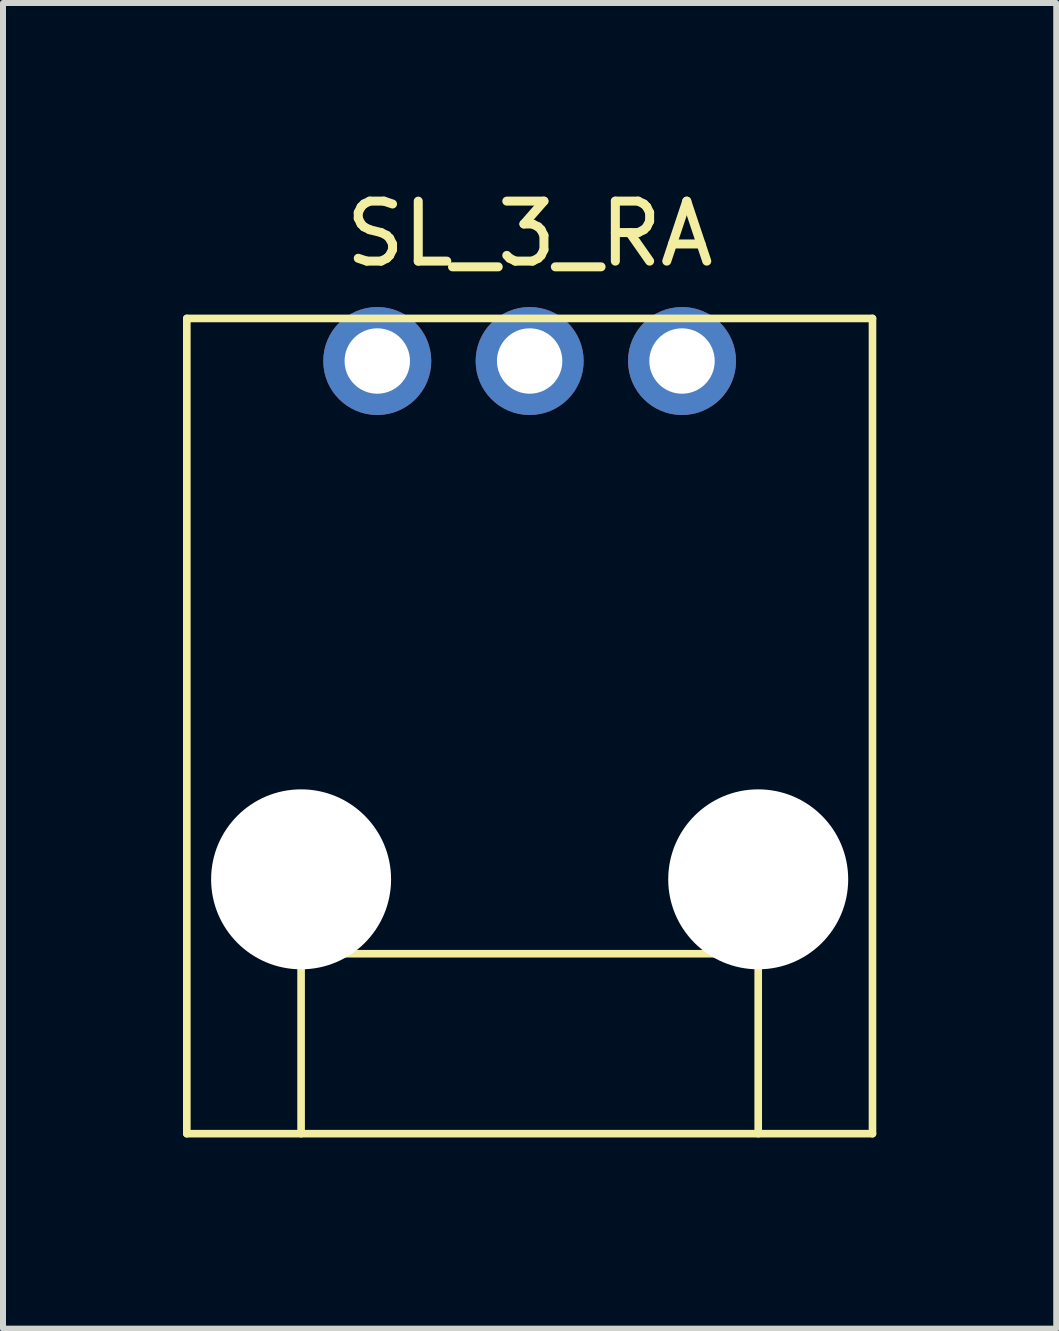
<source format=kicad_pcb>
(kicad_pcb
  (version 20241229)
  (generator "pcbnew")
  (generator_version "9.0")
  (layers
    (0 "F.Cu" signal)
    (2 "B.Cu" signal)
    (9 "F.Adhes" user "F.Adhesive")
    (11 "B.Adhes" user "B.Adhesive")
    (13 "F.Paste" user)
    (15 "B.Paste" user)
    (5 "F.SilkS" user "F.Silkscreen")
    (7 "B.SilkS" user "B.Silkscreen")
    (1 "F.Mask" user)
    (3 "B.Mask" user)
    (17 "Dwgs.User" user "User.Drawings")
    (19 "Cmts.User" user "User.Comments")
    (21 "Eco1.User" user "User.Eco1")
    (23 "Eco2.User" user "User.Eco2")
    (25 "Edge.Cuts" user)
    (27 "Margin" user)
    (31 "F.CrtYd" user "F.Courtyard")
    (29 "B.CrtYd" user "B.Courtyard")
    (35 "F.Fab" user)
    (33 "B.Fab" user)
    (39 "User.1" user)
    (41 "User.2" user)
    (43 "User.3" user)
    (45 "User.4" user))
  (footprint "SL_3_RA"
    (layer "F.Cu")
    (at 5.779 15.848)
    (property "Reference" "SL_3_RA" (at 0 -15 0) (layer "F.SilkS") (effects (font (size 1 1) (thickness 0.15))))
    (attr through_hole)
    (fp_line (start -5.715 0) (end -5.715 -13.59) (stroke (width 0.127) (type solid)) (layer "F.SilkS"))
    (fp_line (start -5.715 0) (end 5.715 0) (stroke (width 0.127) (type solid)) (layer "F.SilkS"))
    (fp_line (start -3.81 -3) (end -3.81 0) (stroke (width 0.127) (type solid)) (layer "F.SilkS"))
    (fp_line (start 3.81 -3) (end -3.81 -3) (stroke (width 0.127) (type solid)) (layer "F.SilkS"))
    (fp_line (start 3.81 0) (end 3.81 -3) (stroke (width 0.127) (type solid)) (layer "F.SilkS"))
    (fp_line (start 5.715 -13.59) (end -5.715 -13.59) (stroke (width 0.127) (type solid)) (layer "F.SilkS"))
    (fp_line (start 5.715 0) (end 5.715 -13.59) (stroke (width 0.127) (type solid)) (layer "F.SilkS"))
    (pad "" np_thru_hole circle (at -3.81 -4.24) (size 3 3) (drill 3) (layers "*.Cu" "*.Mask"))
    (pad "" np_thru_hole circle (at 3.81 -4.24) (size 3 3) (drill 3) (layers "*.Cu" "*.Mask"))
    (pad "1" thru_hole circle (at 2.54 -12.88) (size 1.8 1.8) (drill 1.09) (layers "*.Cu" "*.Mask"))
    (pad "2" thru_hole circle (at 0 -12.88) (size 1.8 1.8) (drill 1.09) (layers "*.Cu" "*.Mask"))
    (pad "3" thru_hole circle (at -2.54 -12.88) (size 1.8 1.8) (drill 1.09) (layers "*.Cu" "*.Mask")))
  (gr_rect
    (start -3 -3)
    (end 14.557 19.098)
    (stroke (width 0.1) (type default))
    (fill no)
    (layer "Edge.Cuts")))
</source>
